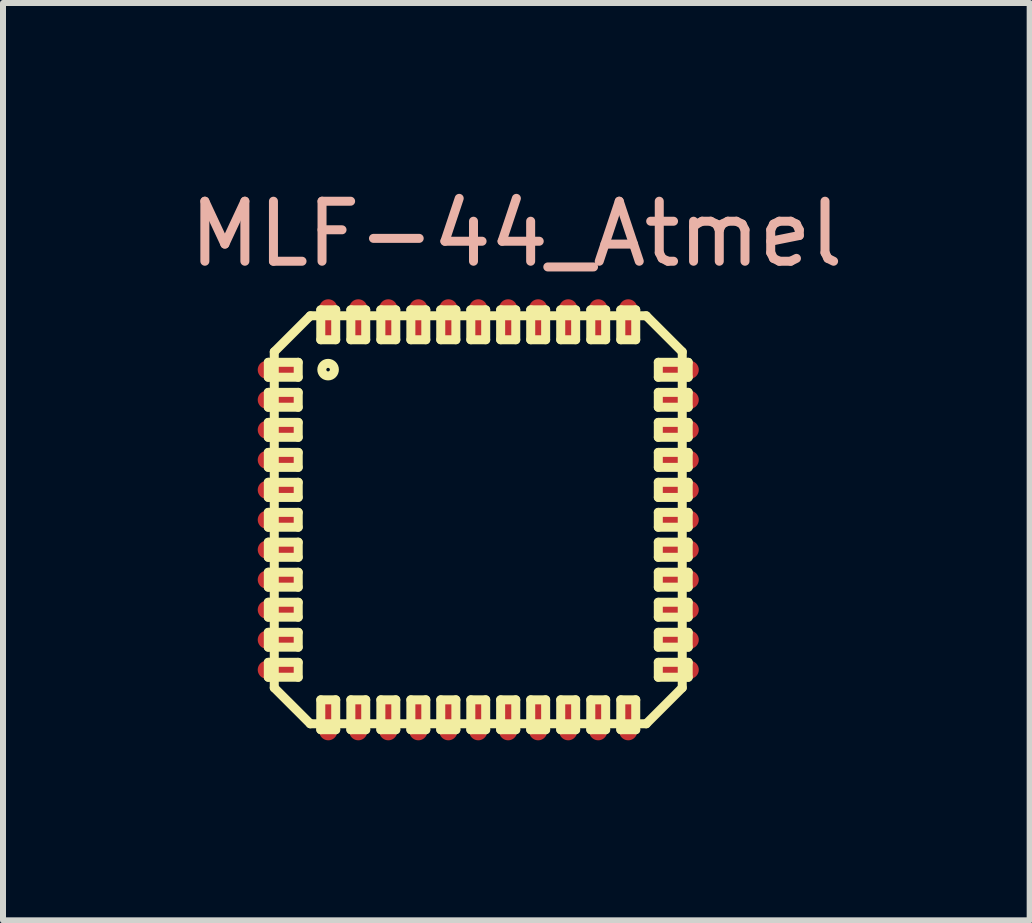
<source format=kicad_pcb>
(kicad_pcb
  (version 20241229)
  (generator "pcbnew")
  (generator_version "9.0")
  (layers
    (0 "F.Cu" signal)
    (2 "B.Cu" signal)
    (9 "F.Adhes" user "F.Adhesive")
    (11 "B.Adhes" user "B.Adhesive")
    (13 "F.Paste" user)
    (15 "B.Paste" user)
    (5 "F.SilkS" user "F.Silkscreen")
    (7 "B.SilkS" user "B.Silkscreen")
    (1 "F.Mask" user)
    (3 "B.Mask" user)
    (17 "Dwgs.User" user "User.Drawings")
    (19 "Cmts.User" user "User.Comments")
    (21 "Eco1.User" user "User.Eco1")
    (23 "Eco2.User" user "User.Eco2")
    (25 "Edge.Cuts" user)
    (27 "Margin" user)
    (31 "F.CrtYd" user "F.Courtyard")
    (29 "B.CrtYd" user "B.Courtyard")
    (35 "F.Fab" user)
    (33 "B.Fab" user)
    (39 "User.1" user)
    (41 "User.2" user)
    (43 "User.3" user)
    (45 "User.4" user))
  (footprint "MLF-44_Atmel"
    (layer "F.Cu")
    (at 4.919 5.611)
    (property "Reference" "MLF-44_Atmel" (at 0.635 -4.763 0) (layer "B.SilkS") (effects (font (size 1 1) (thickness 0.15))))
    (attr smd)
    (fp_line (start -3.498 -2.624) (end -3 -2.624) (stroke (width 0.15) (type solid)) (layer "F.SilkS"))
    (fp_line (start -3.498 -2.375) (end -3.498 -2.624) (stroke (width 0.15) (type solid)) (layer "F.SilkS"))
    (fp_line (start -3.498 -2.375) (end -3 -2.375) (stroke (width 0.15) (type solid)) (layer "F.SilkS"))
    (fp_line (start -3.498 -2.123) (end -3 -2.123) (stroke (width 0.15) (type solid)) (layer "F.SilkS"))
    (fp_line (start -3.498 -1.875) (end -3.498 -2.123) (stroke (width 0.15) (type solid)) (layer "F.SilkS"))
    (fp_line (start -3.498 -1.875) (end -3 -1.875) (stroke (width 0.15) (type solid)) (layer "F.SilkS"))
    (fp_line (start -3.498 -1.623) (end -3 -1.623) (stroke (width 0.15) (type solid)) (layer "F.SilkS"))
    (fp_line (start -3.498 -1.374) (end -3.498 -1.623) (stroke (width 0.15) (type solid)) (layer "F.SilkS"))
    (fp_line (start -3.498 -1.374) (end -3 -1.374) (stroke (width 0.15) (type solid)) (layer "F.SilkS"))
    (fp_line (start -3.498 -1.123) (end -3 -1.123) (stroke (width 0.15) (type solid)) (layer "F.SilkS"))
    (fp_line (start -3.498 -0.874) (end -3.498 -1.123) (stroke (width 0.15) (type solid)) (layer "F.SilkS"))
    (fp_line (start -3.498 -0.874) (end -3 -0.874) (stroke (width 0.15) (type solid)) (layer "F.SilkS"))
    (fp_line (start -3.498 -0.625) (end -3 -0.625) (stroke (width 0.15) (type solid)) (layer "F.SilkS"))
    (fp_line (start -3.498 -0.373) (end -3.498 -0.625) (stroke (width 0.15) (type solid)) (layer "F.SilkS"))
    (fp_line (start -3.498 -0.373) (end -3 -0.373) (stroke (width 0.15) (type solid)) (layer "F.SilkS"))
    (fp_line (start -3.498 -0.124) (end -3 -0.124) (stroke (width 0.15) (type solid)) (layer "F.SilkS"))
    (fp_line (start -3.498 0.124) (end -3.498 -0.124) (stroke (width 0.15) (type solid)) (layer "F.SilkS"))
    (fp_line (start -3.498 0.124) (end -3 0.124) (stroke (width 0.15) (type solid)) (layer "F.SilkS"))
    (fp_line (start -3.498 0.373) (end -3 0.373) (stroke (width 0.15) (type solid)) (layer "F.SilkS"))
    (fp_line (start -3.498 0.625) (end -3.498 0.373) (stroke (width 0.15) (type solid)) (layer "F.SilkS"))
    (fp_line (start -3.498 0.625) (end -3 0.625) (stroke (width 0.15) (type solid)) (layer "F.SilkS"))
    (fp_line (start -3.498 0.874) (end -3 0.874) (stroke (width 0.15) (type solid)) (layer "F.SilkS"))
    (fp_line (start -3.498 1.123) (end -3.498 0.874) (stroke (width 0.15) (type solid)) (layer "F.SilkS"))
    (fp_line (start -3.498 1.123) (end -3 1.123) (stroke (width 0.15) (type solid)) (layer "F.SilkS"))
    (fp_line (start -3.498 1.374) (end -3 1.374) (stroke (width 0.15) (type solid)) (layer "F.SilkS"))
    (fp_line (start -3.498 1.623) (end -3.498 1.374) (stroke (width 0.15) (type solid)) (layer "F.SilkS"))
    (fp_line (start -3.498 1.623) (end -3 1.623) (stroke (width 0.15) (type solid)) (layer "F.SilkS"))
    (fp_line (start -3.498 1.875) (end -3 1.875) (stroke (width 0.15) (type solid)) (layer "F.SilkS"))
    (fp_line (start -3.498 2.123) (end -3.498 1.875) (stroke (width 0.15) (type solid)) (layer "F.SilkS"))
    (fp_line (start -3.498 2.123) (end -3 2.123) (stroke (width 0.15) (type solid)) (layer "F.SilkS"))
    (fp_line (start -3.498 2.375) (end -3 2.375) (stroke (width 0.15) (type solid)) (layer "F.SilkS"))
    (fp_line (start -3.498 2.624) (end -3.498 2.375) (stroke (width 0.15) (type solid)) (layer "F.SilkS"))
    (fp_line (start -3.498 2.624) (end -3 2.624) (stroke (width 0.15) (type solid)) (layer "F.SilkS"))
    (fp_line (start -3.399 -2.799) (end -2.799 -3.399) (stroke (width 0.15) (type solid)) (layer "F.SilkS"))
    (fp_line (start -3.399 2.799) (end -3.399 -2.799) (stroke (width 0.15) (type solid)) (layer "F.SilkS"))
    (fp_line (start -3 -2.375) (end -3 -2.624) (stroke (width 0.15) (type solid)) (layer "F.SilkS"))
    (fp_line (start -3 -1.875) (end -3 -2.123) (stroke (width 0.15) (type solid)) (layer "F.SilkS"))
    (fp_line (start -3 -1.374) (end -3 -1.623) (stroke (width 0.15) (type solid)) (layer "F.SilkS"))
    (fp_line (start -3 -0.874) (end -3 -1.123) (stroke (width 0.15) (type solid)) (layer "F.SilkS"))
    (fp_line (start -3 -0.373) (end -3 -0.625) (stroke (width 0.15) (type solid)) (layer "F.SilkS"))
    (fp_line (start -3 0.124) (end -3 -0.124) (stroke (width 0.15) (type solid)) (layer "F.SilkS"))
    (fp_line (start -3 0.625) (end -3 0.373) (stroke (width 0.15) (type solid)) (layer "F.SilkS"))
    (fp_line (start -3 1.123) (end -3 0.874) (stroke (width 0.15) (type solid)) (layer "F.SilkS"))
    (fp_line (start -3 1.623) (end -3 1.374) (stroke (width 0.15) (type solid)) (layer "F.SilkS"))
    (fp_line (start -3 2.123) (end -3 1.875) (stroke (width 0.15) (type solid)) (layer "F.SilkS"))
    (fp_line (start -3 2.624) (end -3 2.375) (stroke (width 0.15) (type solid)) (layer "F.SilkS"))
    (fp_line (start -2.799 -3.399) (end 2.799 -3.399) (stroke (width 0.15) (type solid)) (layer "F.SilkS"))
    (fp_line (start -2.799 3.399) (end -3.399 2.799) (stroke (width 0.15) (type solid)) (layer "F.SilkS"))
    (fp_line (start -2.624 -3.498) (end -2.375 -3.498) (stroke (width 0.15) (type solid)) (layer "F.SilkS"))
    (fp_line (start -2.624 -3) (end -2.624 -3.498) (stroke (width 0.15) (type solid)) (layer "F.SilkS"))
    (fp_line (start -2.624 -3) (end -2.375 -3) (stroke (width 0.15) (type solid)) (layer "F.SilkS"))
    (fp_line (start -2.624 3) (end -2.375 3) (stroke (width 0.15) (type solid)) (layer "F.SilkS"))
    (fp_line (start -2.624 3.498) (end -2.624 3) (stroke (width 0.15) (type solid)) (layer "F.SilkS"))
    (fp_line (start -2.624 3.498) (end -2.375 3.498) (stroke (width 0.15) (type solid)) (layer "F.SilkS"))
    (fp_line (start -2.375 -3) (end -2.375 -3.498) (stroke (width 0.15) (type solid)) (layer "F.SilkS"))
    (fp_line (start -2.375 3.498) (end -2.375 3) (stroke (width 0.15) (type solid)) (layer "F.SilkS"))
    (fp_line (start -2.123 -3.498) (end -1.875 -3.498) (stroke (width 0.15) (type solid)) (layer "F.SilkS"))
    (fp_line (start -2.123 -3) (end -2.123 -3.498) (stroke (width 0.15) (type solid)) (layer "F.SilkS"))
    (fp_line (start -2.123 -3) (end -1.875 -3) (stroke (width 0.15) (type solid)) (layer "F.SilkS"))
    (fp_line (start -2.123 3) (end -1.875 3) (stroke (width 0.15) (type solid)) (layer "F.SilkS"))
    (fp_line (start -2.123 3.498) (end -2.123 3) (stroke (width 0.15) (type solid)) (layer "F.SilkS"))
    (fp_line (start -2.123 3.498) (end -1.875 3.498) (stroke (width 0.15) (type solid)) (layer "F.SilkS"))
    (fp_line (start -1.875 -3) (end -1.875 -3.498) (stroke (width 0.15) (type solid)) (layer "F.SilkS"))
    (fp_line (start -1.875 3.498) (end -1.875 3) (stroke (width 0.15) (type solid)) (layer "F.SilkS"))
    (fp_line (start -1.623 -3.498) (end -1.374 -3.498) (stroke (width 0.15) (type solid)) (layer "F.SilkS"))
    (fp_line (start -1.623 -3) (end -1.623 -3.498) (stroke (width 0.15) (type solid)) (layer "F.SilkS"))
    (fp_line (start -1.623 -3) (end -1.374 -3) (stroke (width 0.15) (type solid)) (layer "F.SilkS"))
    (fp_line (start -1.623 3) (end -1.374 3) (stroke (width 0.15) (type solid)) (layer "F.SilkS"))
    (fp_line (start -1.623 3.498) (end -1.623 3) (stroke (width 0.15) (type solid)) (layer "F.SilkS"))
    (fp_line (start -1.623 3.498) (end -1.374 3.498) (stroke (width 0.15) (type solid)) (layer "F.SilkS"))
    (fp_line (start -1.374 -3) (end -1.374 -3.498) (stroke (width 0.15) (type solid)) (layer "F.SilkS"))
    (fp_line (start -1.374 3.498) (end -1.374 3) (stroke (width 0.15) (type solid)) (layer "F.SilkS"))
    (fp_line (start -1.123 -3.498) (end -0.874 -3.498) (stroke (width 0.15) (type solid)) (layer "F.SilkS"))
    (fp_line (start -1.123 -3) (end -1.123 -3.498) (stroke (width 0.15) (type solid)) (layer "F.SilkS"))
    (fp_line (start -1.123 -3) (end -0.874 -3) (stroke (width 0.15) (type solid)) (layer "F.SilkS"))
    (fp_line (start -1.123 3) (end -0.874 3) (stroke (width 0.15) (type solid)) (layer "F.SilkS"))
    (fp_line (start -1.123 3.498) (end -1.123 3) (stroke (width 0.15) (type solid)) (layer "F.SilkS"))
    (fp_line (start -1.123 3.498) (end -0.874 3.498) (stroke (width 0.15) (type solid)) (layer "F.SilkS"))
    (fp_line (start -0.874 -3) (end -0.874 -3.498) (stroke (width 0.15) (type solid)) (layer "F.SilkS"))
    (fp_line (start -0.874 3.498) (end -0.874 3) (stroke (width 0.15) (type solid)) (layer "F.SilkS"))
    (fp_line (start -0.625 -3.498) (end -0.373 -3.498) (stroke (width 0.15) (type solid)) (layer "F.SilkS"))
    (fp_line (start -0.625 -3) (end -0.625 -3.498) (stroke (width 0.15) (type solid)) (layer "F.SilkS"))
    (fp_line (start -0.625 -3) (end -0.373 -3) (stroke (width 0.15) (type solid)) (layer "F.SilkS"))
    (fp_line (start -0.625 3) (end -0.373 3) (stroke (width 0.15) (type solid)) (layer "F.SilkS"))
    (fp_line (start -0.625 3.498) (end -0.625 3) (stroke (width 0.15) (type solid)) (layer "F.SilkS"))
    (fp_line (start -0.625 3.498) (end -0.373 3.498) (stroke (width 0.15) (type solid)) (layer "F.SilkS"))
    (fp_line (start -0.373 -3) (end -0.373 -3.498) (stroke (width 0.15) (type solid)) (layer "F.SilkS"))
    (fp_line (start -0.373 3.498) (end -0.373 3) (stroke (width 0.15) (type solid)) (layer "F.SilkS"))
    (fp_line (start -0.124 -3.498) (end 0.124 -3.498) (stroke (width 0.15) (type solid)) (layer "F.SilkS"))
    (fp_line (start -0.124 -3) (end -0.124 -3.498) (stroke (width 0.15) (type solid)) (layer "F.SilkS"))
    (fp_line (start -0.124 -3) (end 0.124 -3) (stroke (width 0.15) (type solid)) (layer "F.SilkS"))
    (fp_line (start -0.124 3) (end 0.124 3) (stroke (width 0.15) (type solid)) (layer "F.SilkS"))
    (fp_line (start -0.124 3.498) (end -0.124 3) (stroke (width 0.15) (type solid)) (layer "F.SilkS"))
    (fp_line (start -0.124 3.498) (end 0.124 3.498) (stroke (width 0.15) (type solid)) (layer "F.SilkS"))
    (fp_line (start 0.124 -3) (end 0.124 -3.498) (stroke (width 0.15) (type solid)) (layer "F.SilkS"))
    (fp_line (start 0.124 3.498) (end 0.124 3) (stroke (width 0.15) (type solid)) (layer "F.SilkS"))
    (fp_line (start 0.373 -3.498) (end 0.625 -3.498) (stroke (width 0.15) (type solid)) (layer "F.SilkS"))
    (fp_line (start 0.373 -3) (end 0.373 -3.498) (stroke (width 0.15) (type solid)) (layer "F.SilkS"))
    (fp_line (start 0.373 -3) (end 0.625 -3) (stroke (width 0.15) (type solid)) (layer "F.SilkS"))
    (fp_line (start 0.373 3) (end 0.625 3) (stroke (width 0.15) (type solid)) (layer "F.SilkS"))
    (fp_line (start 0.373 3.498) (end 0.373 3) (stroke (width 0.15) (type solid)) (layer "F.SilkS"))
    (fp_line (start 0.373 3.498) (end 0.625 3.498) (stroke (width 0.15) (type solid)) (layer "F.SilkS"))
    (fp_line (start 0.625 -3) (end 0.625 -3.498) (stroke (width 0.15) (type solid)) (layer "F.SilkS"))
    (fp_line (start 0.625 3.498) (end 0.625 3) (stroke (width 0.15) (type solid)) (layer "F.SilkS"))
    (fp_line (start 0.874 -3.498) (end 1.123 -3.498) (stroke (width 0.15) (type solid)) (layer "F.SilkS"))
    (fp_line (start 0.874 -3) (end 0.874 -3.498) (stroke (width 0.15) (type solid)) (layer "F.SilkS"))
    (fp_line (start 0.874 -3) (end 1.123 -3) (stroke (width 0.15) (type solid)) (layer "F.SilkS"))
    (fp_line (start 0.874 3) (end 1.123 3) (stroke (width 0.15) (type solid)) (layer "F.SilkS"))
    (fp_line (start 0.874 3.498) (end 0.874 3) (stroke (width 0.15) (type solid)) (layer "F.SilkS"))
    (fp_line (start 0.874 3.498) (end 1.123 3.498) (stroke (width 0.15) (type solid)) (layer "F.SilkS"))
    (fp_line (start 1.123 -3) (end 1.123 -3.498) (stroke (width 0.15) (type solid)) (layer "F.SilkS"))
    (fp_line (start 1.123 3.498) (end 1.123 3) (stroke (width 0.15) (type solid)) (layer "F.SilkS"))
    (fp_line (start 1.374 -3.498) (end 1.623 -3.498) (stroke (width 0.15) (type solid)) (layer "F.SilkS"))
    (fp_line (start 1.374 -3) (end 1.374 -3.498) (stroke (width 0.15) (type solid)) (layer "F.SilkS"))
    (fp_line (start 1.374 -3) (end 1.623 -3) (stroke (width 0.15) (type solid)) (layer "F.SilkS"))
    (fp_line (start 1.374 3) (end 1.623 3) (stroke (width 0.15) (type solid)) (layer "F.SilkS"))
    (fp_line (start 1.374 3.498) (end 1.374 3) (stroke (width 0.15) (type solid)) (layer "F.SilkS"))
    (fp_line (start 1.374 3.498) (end 1.623 3.498) (stroke (width 0.15) (type solid)) (layer "F.SilkS"))
    (fp_line (start 1.623 -3) (end 1.623 -3.498) (stroke (width 0.15) (type solid)) (layer "F.SilkS"))
    (fp_line (start 1.623 3.498) (end 1.623 3) (stroke (width 0.15) (type solid)) (layer "F.SilkS"))
    (fp_line (start 1.875 -3.498) (end 2.123 -3.498) (stroke (width 0.15) (type solid)) (layer "F.SilkS"))
    (fp_line (start 1.875 -3) (end 1.875 -3.498) (stroke (width 0.15) (type solid)) (layer "F.SilkS"))
    (fp_line (start 1.875 -3) (end 2.123 -3) (stroke (width 0.15) (type solid)) (layer "F.SilkS"))
    (fp_line (start 1.875 3) (end 2.123 3) (stroke (width 0.15) (type solid)) (layer "F.SilkS"))
    (fp_line (start 1.875 3.498) (end 1.875 3) (stroke (width 0.15) (type solid)) (layer "F.SilkS"))
    (fp_line (start 1.875 3.498) (end 2.123 3.498) (stroke (width 0.15) (type solid)) (layer "F.SilkS"))
    (fp_line (start 2.123 -3) (end 2.123 -3.498) (stroke (width 0.15) (type solid)) (layer "F.SilkS"))
    (fp_line (start 2.123 3.498) (end 2.123 3) (stroke (width 0.15) (type solid)) (layer "F.SilkS"))
    (fp_line (start 2.375 -3.498) (end 2.624 -3.498) (stroke (width 0.15) (type solid)) (layer "F.SilkS"))
    (fp_line (start 2.375 -3) (end 2.375 -3.498) (stroke (width 0.15) (type solid)) (layer "F.SilkS"))
    (fp_line (start 2.375 -3) (end 2.624 -3) (stroke (width 0.15) (type solid)) (layer "F.SilkS"))
    (fp_line (start 2.375 3) (end 2.624 3) (stroke (width 0.15) (type solid)) (layer "F.SilkS"))
    (fp_line (start 2.375 3.498) (end 2.375 3) (stroke (width 0.15) (type solid)) (layer "F.SilkS"))
    (fp_line (start 2.375 3.498) (end 2.624 3.498) (stroke (width 0.15) (type solid)) (layer "F.SilkS"))
    (fp_line (start 2.624 -3) (end 2.624 -3.498) (stroke (width 0.15) (type solid)) (layer "F.SilkS"))
    (fp_line (start 2.624 3.498) (end 2.624 3) (stroke (width 0.15) (type solid)) (layer "F.SilkS"))
    (fp_line (start 2.799 -3.399) (end 3.399 -2.799) (stroke (width 0.15) (type solid)) (layer "F.SilkS"))
    (fp_line (start 2.799 3.399) (end -2.799 3.399) (stroke (width 0.15) (type solid)) (layer "F.SilkS"))
    (fp_line (start 3 -2.624) (end 3.498 -2.624) (stroke (width 0.15) (type solid)) (layer "F.SilkS"))
    (fp_line (start 3 -2.375) (end 3 -2.624) (stroke (width 0.15) (type solid)) (layer "F.SilkS"))
    (fp_line (start 3 -2.375) (end 3.498 -2.375) (stroke (width 0.15) (type solid)) (layer "F.SilkS"))
    (fp_line (start 3 -2.123) (end 3.498 -2.123) (stroke (width 0.15) (type solid)) (layer "F.SilkS"))
    (fp_line (start 3 -1.875) (end 3 -2.123) (stroke (width 0.15) (type solid)) (layer "F.SilkS"))
    (fp_line (start 3 -1.875) (end 3.498 -1.875) (stroke (width 0.15) (type solid)) (layer "F.SilkS"))
    (fp_line (start 3 -1.623) (end 3.498 -1.623) (stroke (width 0.15) (type solid)) (layer "F.SilkS"))
    (fp_line (start 3 -1.374) (end 3 -1.623) (stroke (width 0.15) (type solid)) (layer "F.SilkS"))
    (fp_line (start 3 -1.374) (end 3.498 -1.374) (stroke (width 0.15) (type solid)) (layer "F.SilkS"))
    (fp_line (start 3 -1.123) (end 3.498 -1.123) (stroke (width 0.15) (type solid)) (layer "F.SilkS"))
    (fp_line (start 3 -0.874) (end 3 -1.123) (stroke (width 0.15) (type solid)) (layer "F.SilkS"))
    (fp_line (start 3 -0.874) (end 3.498 -0.874) (stroke (width 0.15) (type solid)) (layer "F.SilkS"))
    (fp_line (start 3 -0.625) (end 3.498 -0.625) (stroke (width 0.15) (type solid)) (layer "F.SilkS"))
    (fp_line (start 3 -0.373) (end 3 -0.625) (stroke (width 0.15) (type solid)) (layer "F.SilkS"))
    (fp_line (start 3 -0.373) (end 3.498 -0.373) (stroke (width 0.15) (type solid)) (layer "F.SilkS"))
    (fp_line (start 3 -0.124) (end 3.498 -0.124) (stroke (width 0.15) (type solid)) (layer "F.SilkS"))
    (fp_line (start 3 0.124) (end 3 -0.124) (stroke (width 0.15) (type solid)) (layer "F.SilkS"))
    (fp_line (start 3 0.124) (end 3.498 0.124) (stroke (width 0.15) (type solid)) (layer "F.SilkS"))
    (fp_line (start 3 0.373) (end 3.498 0.373) (stroke (width 0.15) (type solid)) (layer "F.SilkS"))
    (fp_line (start 3 0.625) (end 3 0.373) (stroke (width 0.15) (type solid)) (layer "F.SilkS"))
    (fp_line (start 3 0.625) (end 3.498 0.625) (stroke (width 0.15) (type solid)) (layer "F.SilkS"))
    (fp_line (start 3 0.874) (end 3.498 0.874) (stroke (width 0.15) (type solid)) (layer "F.SilkS"))
    (fp_line (start 3 1.123) (end 3 0.874) (stroke (width 0.15) (type solid)) (layer "F.SilkS"))
    (fp_line (start 3 1.123) (end 3.498 1.123) (stroke (width 0.15) (type solid)) (layer "F.SilkS"))
    (fp_line (start 3 1.374) (end 3.498 1.374) (stroke (width 0.15) (type solid)) (layer "F.SilkS"))
    (fp_line (start 3 1.623) (end 3 1.374) (stroke (width 0.15) (type solid)) (layer "F.SilkS"))
    (fp_line (start 3 1.623) (end 3.498 1.623) (stroke (width 0.15) (type solid)) (layer "F.SilkS"))
    (fp_line (start 3 1.875) (end 3.498 1.875) (stroke (width 0.15) (type solid)) (layer "F.SilkS"))
    (fp_line (start 3 2.123) (end 3 1.875) (stroke (width 0.15) (type solid)) (layer "F.SilkS"))
    (fp_line (start 3 2.123) (end 3.498 2.123) (stroke (width 0.15) (type solid)) (layer "F.SilkS"))
    (fp_line (start 3 2.375) (end 3.498 2.375) (stroke (width 0.15) (type solid)) (layer "F.SilkS"))
    (fp_line (start 3 2.624) (end 3 2.375) (stroke (width 0.15) (type solid)) (layer "F.SilkS"))
    (fp_line (start 3 2.624) (end 3.498 2.624) (stroke (width 0.15) (type solid)) (layer "F.SilkS"))
    (fp_line (start 3.399 -2.799) (end 3.399 2.799) (stroke (width 0.15) (type solid)) (layer "F.SilkS"))
    (fp_line (start 3.399 2.799) (end 2.799 3.399) (stroke (width 0.15) (type solid)) (layer "F.SilkS"))
    (fp_line (start 3.498 -2.375) (end 3.498 -2.624) (stroke (width 0.15) (type solid)) (layer "F.SilkS"))
    (fp_line (start 3.498 -1.875) (end 3.498 -2.123) (stroke (width 0.15) (type solid)) (layer "F.SilkS"))
    (fp_line (start 3.498 -1.374) (end 3.498 -1.623) (stroke (width 0.15) (type solid)) (layer "F.SilkS"))
    (fp_line (start 3.498 -0.874) (end 3.498 -1.123) (stroke (width 0.15) (type solid)) (layer "F.SilkS"))
    (fp_line (start 3.498 -0.373) (end 3.498 -0.625) (stroke (width 0.15) (type solid)) (layer "F.SilkS"))
    (fp_line (start 3.498 0.124) (end 3.498 -0.124) (stroke (width 0.15) (type solid)) (layer "F.SilkS"))
    (fp_line (start 3.498 0.625) (end 3.498 0.373) (stroke (width 0.15) (type solid)) (layer "F.SilkS"))
    (fp_line (start 3.498 1.123) (end 3.498 0.874) (stroke (width 0.15) (type solid)) (layer "F.SilkS"))
    (fp_line (start 3.498 1.623) (end 3.498 1.374) (stroke (width 0.15) (type solid)) (layer "F.SilkS"))
    (fp_line (start 3.498 2.123) (end 3.498 1.875) (stroke (width 0.15) (type solid)) (layer "F.SilkS"))
    (fp_line (start 3.498 2.624) (end 3.498 2.375) (stroke (width 0.15) (type solid)) (layer "F.SilkS"))
    (fp_circle (center -2.502 -2.502) (end -2.576 -2.576) (stroke (width 0.15) (type solid)) (fill no) (layer "F.SilkS"))
    (pad "1" smd oval (at -3.325 -2.499) (size 0.699 0.3) (layers "F.Cu" "F.Mask" "F.Paste"))
    (pad "2" smd oval (at -3.325 -1.999) (size 0.699 0.3) (layers "F.Cu" "F.Mask" "F.Paste"))
    (pad "3" smd oval (at -3.325 -1.499) (size 0.699 0.3) (layers "F.Cu" "F.Mask" "F.Paste"))
    (pad "4" smd oval (at -3.325 -0.998) (size 0.699 0.3) (layers "F.Cu" "F.Mask" "F.Paste"))
    (pad "5" smd oval (at -3.325 -0.498) (size 0.699 0.3) (layers "F.Cu" "F.Mask" "F.Paste"))
    (pad "6" smd oval (at -3.325 0) (size 0.699 0.3) (layers "F.Cu" "F.Mask" "F.Paste"))
    (pad "7" smd oval (at -3.325 0.498) (size 0.699 0.3) (layers "F.Cu" "F.Mask" "F.Paste"))
    (pad "8" smd oval (at -3.325 0.998) (size 0.699 0.3) (layers "F.Cu" "F.Mask" "F.Paste"))
    (pad "9" smd oval (at -3.325 1.499) (size 0.699 0.3) (layers "F.Cu" "F.Mask" "F.Paste"))
    (pad "10" smd oval (at -3.325 1.999) (size 0.699 0.3) (layers "F.Cu" "F.Mask" "F.Paste"))
    (pad "11" smd oval (at -3.325 2.499) (size 0.699 0.3) (layers "F.Cu" "F.Mask" "F.Paste"))
    (pad "12" smd oval (at -2.499 3.325) (size 0.3 0.699) (layers "F.Cu" "F.Mask" "F.Paste"))
    (pad "13" smd oval (at -1.999 3.325) (size 0.3 0.699) (layers "F.Cu" "F.Mask" "F.Paste"))
    (pad "14" smd oval (at -1.499 3.325) (size 0.3 0.699) (layers "F.Cu" "F.Mask" "F.Paste"))
    (pad "15" smd oval (at -0.998 3.325) (size 0.3 0.699) (layers "F.Cu" "F.Mask" "F.Paste"))
    (pad "16" smd oval (at -0.498 3.325) (size 0.3 0.699) (layers "F.Cu" "F.Mask" "F.Paste"))
    (pad "17" smd oval (at 0 3.325) (size 0.3 0.699) (layers "F.Cu" "F.Mask" "F.Paste"))
    (pad "18" smd oval (at 0.498 3.325) (size 0.3 0.699) (layers "F.Cu" "F.Mask" "F.Paste"))
    (pad "19" smd oval (at 0.998 3.325) (size 0.3 0.699) (layers "F.Cu" "F.Mask" "F.Paste"))
    (pad "20" smd oval (at 1.499 3.325) (size 0.3 0.699) (layers "F.Cu" "F.Mask" "F.Paste"))
    (pad "21" smd oval (at 1.999 3.325) (size 0.3 0.699) (layers "F.Cu" "F.Mask" "F.Paste"))
    (pad "22" smd oval (at 2.499 3.325) (size 0.3 0.699) (layers "F.Cu" "F.Mask" "F.Paste"))
    (pad "23" smd oval (at 3.325 2.499) (size 0.699 0.3) (layers "F.Cu" "F.Mask" "F.Paste"))
    (pad "24" smd oval (at 3.325 1.999) (size 0.699 0.3) (layers "F.Cu" "F.Mask" "F.Paste"))
    (pad "25" smd oval (at 3.325 1.499) (size 0.699 0.3) (layers "F.Cu" "F.Mask" "F.Paste"))
    (pad "26" smd oval (at 3.325 0.998) (size 0.699 0.3) (layers "F.Cu" "F.Mask" "F.Paste"))
    (pad "27" smd oval (at 3.325 0.498) (size 0.699 0.3) (layers "F.Cu" "F.Mask" "F.Paste"))
    (pad "28" smd oval (at 3.325 0) (size 0.699 0.3) (layers "F.Cu" "F.Mask" "F.Paste"))
    (pad "29" smd oval (at 3.325 -0.498) (size 0.699 0.3) (layers "F.Cu" "F.Mask" "F.Paste"))
    (pad "30" smd oval (at 3.325 -0.998) (size 0.699 0.3) (layers "F.Cu" "F.Mask" "F.Paste"))
    (pad "31" smd oval (at 3.325 -1.499) (size 0.699 0.3) (layers "F.Cu" "F.Mask" "F.Paste"))
    (pad "32" smd oval (at 3.325 -1.999) (size 0.699 0.3) (layers "F.Cu" "F.Mask" "F.Paste"))
    (pad "33" smd oval (at 3.325 -2.499) (size 0.699 0.3) (layers "F.Cu" "F.Mask" "F.Paste"))
    (pad "34" smd oval (at 2.499 -3.325) (size 0.3 0.699) (layers "F.Cu" "F.Mask" "F.Paste"))
    (pad "35" smd oval (at 1.999 -3.325) (size 0.3 0.699) (layers "F.Cu" "F.Mask" "F.Paste"))
    (pad "36" smd oval (at 1.499 -3.325) (size 0.3 0.699) (layers "F.Cu" "F.Mask" "F.Paste"))
    (pad "37" smd oval (at 0.998 -3.325) (size 0.3 0.699) (layers "F.Cu" "F.Mask" "F.Paste"))
    (pad "38" smd oval (at 0.498 -3.325) (size 0.3 0.699) (layers "F.Cu" "F.Mask" "F.Paste"))
    (pad "39" smd oval (at 0 -3.325) (size 0.3 0.699) (layers "F.Cu" "F.Mask" "F.Paste"))
    (pad "40" smd oval (at -0.498 -3.325) (size 0.3 0.699) (layers "F.Cu" "F.Mask" "F.Paste"))
    (pad "41" smd oval (at -0.998 -3.325) (size 0.3 0.699) (layers "F.Cu" "F.Mask" "F.Paste"))
    (pad "42" smd oval (at -1.499 -3.325) (size 0.3 0.699) (layers "F.Cu" "F.Mask" "F.Paste"))
    (pad "43" smd oval (at -1.999 -3.325) (size 0.3 0.699) (layers "F.Cu" "F.Mask" "F.Paste"))
    (pad "44" smd oval (at -2.499 -3.325) (size 0.3 0.699) (layers "F.Cu" "F.Mask" "F.Paste")))
  (gr_rect
    (start -3 -3)
    (end 14.107 12.285)
    (stroke (width 0.1) (type default))
    (fill no)
    (layer "Edge.Cuts")))
</source>
